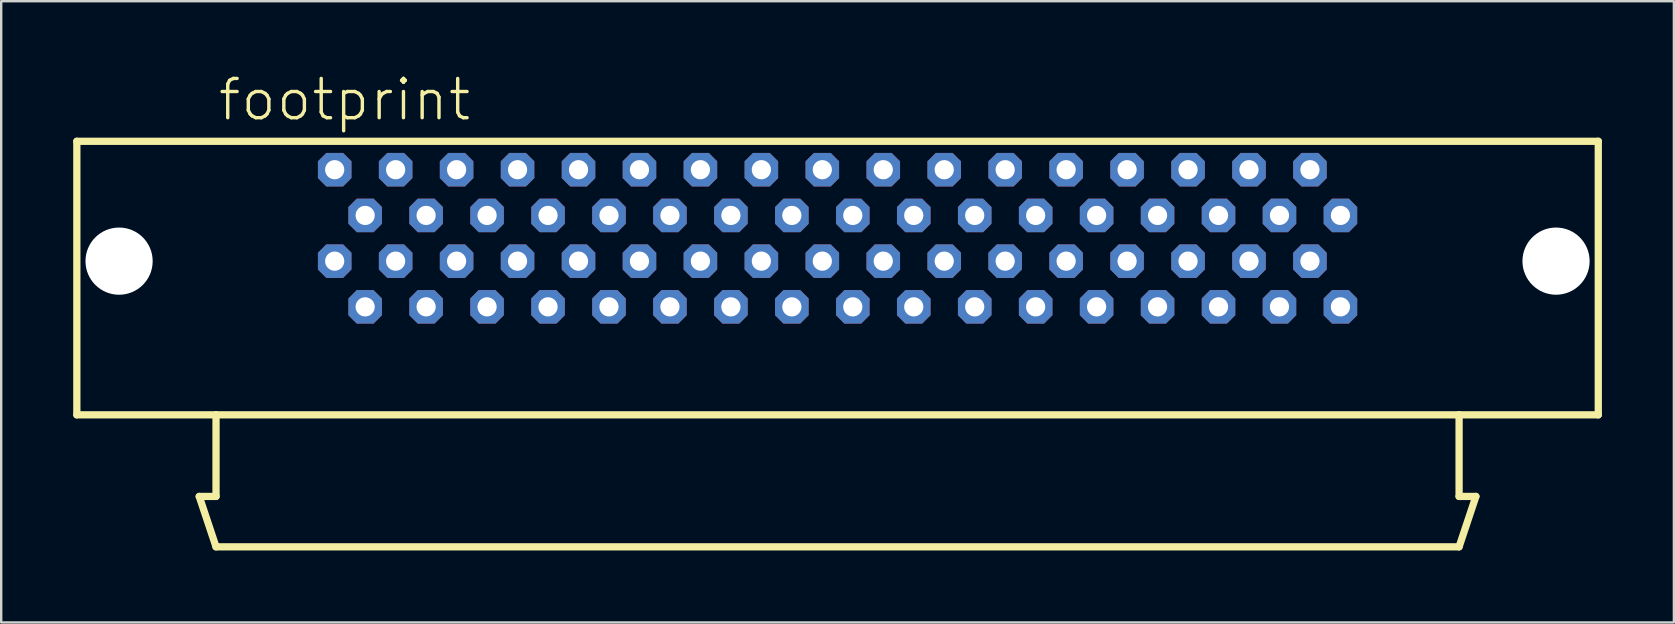
<source format=kicad_pcb>
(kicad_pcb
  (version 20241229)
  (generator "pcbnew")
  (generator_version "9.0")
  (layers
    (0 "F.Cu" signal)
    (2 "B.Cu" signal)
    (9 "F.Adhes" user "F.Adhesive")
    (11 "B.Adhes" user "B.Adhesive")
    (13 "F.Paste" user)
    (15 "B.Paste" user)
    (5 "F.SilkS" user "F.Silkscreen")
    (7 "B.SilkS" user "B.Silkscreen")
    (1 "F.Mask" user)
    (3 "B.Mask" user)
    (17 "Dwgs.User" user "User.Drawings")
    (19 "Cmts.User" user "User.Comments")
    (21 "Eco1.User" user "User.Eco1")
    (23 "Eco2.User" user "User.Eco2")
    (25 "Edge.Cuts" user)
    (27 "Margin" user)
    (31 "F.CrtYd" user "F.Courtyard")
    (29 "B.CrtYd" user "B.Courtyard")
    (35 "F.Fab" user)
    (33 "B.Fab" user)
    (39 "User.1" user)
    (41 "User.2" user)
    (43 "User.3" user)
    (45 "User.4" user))
  (footprint "footprint"
    (layer "F.Cu")
    (at 31.852 9.737)
    (property "Reference" "footprint" (at -25.895 -7.675 0) (layer "F.SilkS") (effects (font (size 1.636 1.636) (thickness 0.142)) (justify left bottom)))
    (fp_line (start -31.7 -6.9) (end 31.7 -6.9) (stroke (width 0.303) (type solid)) (layer "F.SilkS"))
    (fp_line (start -31.7 4.5) (end -31.7 -6.9) (stroke (width 0.303) (type solid)) (layer "F.SilkS"))
    (fp_line (start -26.6 7.9) (end -25.9 10) (stroke (width 0.303) (type solid)) (layer "F.SilkS"))
    (fp_line (start -25.9 4.5) (end -31.7 4.5) (stroke (width 0.303) (type solid)) (layer "F.SilkS"))
    (fp_line (start -25.9 4.5) (end -25.9 7.9) (stroke (width 0.303) (type solid)) (layer "F.SilkS"))
    (fp_line (start -25.9 7.9) (end -26.6 7.9) (stroke (width 0.303) (type solid)) (layer "F.SilkS"))
    (fp_line (start -25.9 10) (end 25.9 10) (stroke (width 0.303) (type solid)) (layer "F.SilkS"))
    (fp_line (start 25.9 4.5) (end -25.9 4.5) (stroke (width 0.303) (type solid)) (layer "F.SilkS"))
    (fp_line (start 25.9 7.9) (end 25.9 4.5) (stroke (width 0.303) (type solid)) (layer "F.SilkS"))
    (fp_line (start 25.9 10) (end 26.6 7.9) (stroke (width 0.303) (type solid)) (layer "F.SilkS"))
    (fp_line (start 26.6 7.9) (end 25.9 7.9) (stroke (width 0.303) (type solid)) (layer "F.SilkS"))
    (fp_line (start 31.7 -6.9) (end 31.7 4.5) (stroke (width 0.303) (type solid)) (layer "F.SilkS"))
    (fp_line (start 31.7 4.5) (end 25.9 4.5) (stroke (width 0.303) (type solid)) (layer "F.SilkS"))
    (pad "" np_thru_hole circle (at -29.94 -1.905) (size 2.8 2.8) (drill 2.8) (layers "*.Cu" "*.Mask"))
    (pad "" np_thru_hole circle (at 29.94 -1.905) (size 2.8 2.8) (drill 2.8) (layers "*.Cu" "*.Mask"))
    (pad "1" thru_hole roundrect (at 20.955 -3.81 180) (size 1.397 1.397) (drill 0.8) (layers "*.Cu" "*.Mask") (roundrect_rratio 0.25) (chamfer_ratio 0.25) (chamfer top_left top_right bottom_left bottom_right))
    (pad "2" thru_hole roundrect (at 19.685 -5.715 180) (size 1.397 1.397) (drill 0.8) (layers "*.Cu" "*.Mask") (roundrect_rratio 0.25) (chamfer_ratio 0.25) (chamfer top_left top_right bottom_left bottom_right))
    (pad "3" thru_hole roundrect (at 18.415 -3.81 180) (size 1.397 1.397) (drill 0.8) (layers "*.Cu" "*.Mask") (roundrect_rratio 0.25) (chamfer_ratio 0.25) (chamfer top_left top_right bottom_left bottom_right))
    (pad "4" thru_hole roundrect (at 17.145 -5.715 180) (size 1.397 1.397) (drill 0.8) (layers "*.Cu" "*.Mask") (roundrect_rratio 0.25) (chamfer_ratio 0.25) (chamfer top_left top_right bottom_left bottom_right))
    (pad "5" thru_hole roundrect (at 15.875 -3.81 180) (size 1.397 1.397) (drill 0.8) (layers "*.Cu" "*.Mask") (roundrect_rratio 0.25) (chamfer_ratio 0.25) (chamfer top_left top_right bottom_left bottom_right))
    (pad "6" thru_hole roundrect (at 14.605 -5.715 180) (size 1.397 1.397) (drill 0.8) (layers "*.Cu" "*.Mask") (roundrect_rratio 0.25) (chamfer_ratio 0.25) (chamfer top_left top_right bottom_left bottom_right))
    (pad "7" thru_hole roundrect (at 13.335 -3.81 180) (size 1.397 1.397) (drill 0.8) (layers "*.Cu" "*.Mask") (roundrect_rratio 0.25) (chamfer_ratio 0.25) (chamfer top_left top_right bottom_left bottom_right))
    (pad "8" thru_hole roundrect (at 12.065 -5.715 180) (size 1.397 1.397) (drill 0.8) (layers "*.Cu" "*.Mask") (roundrect_rratio 0.25) (chamfer_ratio 0.25) (chamfer top_left top_right bottom_left bottom_right))
    (pad "9" thru_hole roundrect (at 10.795 -3.81 180) (size 1.397 1.397) (drill 0.8) (layers "*.Cu" "*.Mask") (roundrect_rratio 0.25) (chamfer_ratio 0.25) (chamfer top_left top_right bottom_left bottom_right))
    (pad "10" thru_hole roundrect (at 9.525 -5.715 180) (size 1.397 1.397) (drill 0.8) (layers "*.Cu" "*.Mask") (roundrect_rratio 0.25) (chamfer_ratio 0.25) (chamfer top_left top_right bottom_left bottom_right))
    (pad "11" thru_hole roundrect (at 8.255 -3.81 180) (size 1.397 1.397) (drill 0.8) (layers "*.Cu" "*.Mask") (roundrect_rratio 0.25) (chamfer_ratio 0.25) (chamfer top_left top_right bottom_left bottom_right))
    (pad "12" thru_hole roundrect (at 6.985 -5.715 180) (size 1.397 1.397) (drill 0.8) (layers "*.Cu" "*.Mask") (roundrect_rratio 0.25) (chamfer_ratio 0.25) (chamfer top_left top_right bottom_left bottom_right))
    (pad "13" thru_hole roundrect (at 5.715 -3.81 180) (size 1.397 1.397) (drill 0.8) (layers "*.Cu" "*.Mask") (roundrect_rratio 0.25) (chamfer_ratio 0.25) (chamfer top_left top_right bottom_left bottom_right))
    (pad "14" thru_hole roundrect (at 4.445 -5.715 180) (size 1.397 1.397) (drill 0.8) (layers "*.Cu" "*.Mask") (roundrect_rratio 0.25) (chamfer_ratio 0.25) (chamfer top_left top_right bottom_left bottom_right))
    (pad "15" thru_hole roundrect (at 3.175 -3.81 180) (size 1.397 1.397) (drill 0.8) (layers "*.Cu" "*.Mask") (roundrect_rratio 0.25) (chamfer_ratio 0.25) (chamfer top_left top_right bottom_left bottom_right))
    (pad "16" thru_hole roundrect (at 1.905 -5.715 180) (size 1.397 1.397) (drill 0.8) (layers "*.Cu" "*.Mask") (roundrect_rratio 0.25) (chamfer_ratio 0.25) (chamfer top_left top_right bottom_left bottom_right))
    (pad "17" thru_hole roundrect (at 0.635 -3.81 180) (size 1.397 1.397) (drill 0.8) (layers "*.Cu" "*.Mask") (roundrect_rratio 0.25) (chamfer_ratio 0.25) (chamfer top_left top_right bottom_left bottom_right))
    (pad "18" thru_hole roundrect (at -0.635 -5.715 180) (size 1.397 1.397) (drill 0.8) (layers "*.Cu" "*.Mask") (roundrect_rratio 0.25) (chamfer_ratio 0.25) (chamfer top_left top_right bottom_left bottom_right))
    (pad "19" thru_hole roundrect (at -1.905 -3.81 180) (size 1.397 1.397) (drill 0.8) (layers "*.Cu" "*.Mask") (roundrect_rratio 0.25) (chamfer_ratio 0.25) (chamfer top_left top_right bottom_left bottom_right))
    (pad "20" thru_hole roundrect (at -3.175 -5.715 180) (size 1.397 1.397) (drill 0.8) (layers "*.Cu" "*.Mask") (roundrect_rratio 0.25) (chamfer_ratio 0.25) (chamfer top_left top_right bottom_left bottom_right))
    (pad "21" thru_hole roundrect (at -4.445 -3.81 180) (size 1.397 1.397) (drill 0.8) (layers "*.Cu" "*.Mask") (roundrect_rratio 0.25) (chamfer_ratio 0.25) (chamfer top_left top_right bottom_left bottom_right))
    (pad "22" thru_hole roundrect (at -5.715 -5.715 180) (size 1.397 1.397) (drill 0.8) (layers "*.Cu" "*.Mask") (roundrect_rratio 0.25) (chamfer_ratio 0.25) (chamfer top_left top_right bottom_left bottom_right))
    (pad "23" thru_hole roundrect (at -6.985 -3.81 180) (size 1.397 1.397) (drill 0.8) (layers "*.Cu" "*.Mask") (roundrect_rratio 0.25) (chamfer_ratio 0.25) (chamfer top_left top_right bottom_left bottom_right))
    (pad "24" thru_hole roundrect (at -8.255 -5.715 180) (size 1.397 1.397) (drill 0.8) (layers "*.Cu" "*.Mask") (roundrect_rratio 0.25) (chamfer_ratio 0.25) (chamfer top_left top_right bottom_left bottom_right))
    (pad "25" thru_hole roundrect (at -9.525 -3.81 180) (size 1.397 1.397) (drill 0.8) (layers "*.Cu" "*.Mask") (roundrect_rratio 0.25) (chamfer_ratio 0.25) (chamfer top_left top_right bottom_left bottom_right))
    (pad "26" thru_hole roundrect (at -10.795 -5.715 180) (size 1.397 1.397) (drill 0.8) (layers "*.Cu" "*.Mask") (roundrect_rratio 0.25) (chamfer_ratio 0.25) (chamfer top_left top_right bottom_left bottom_right))
    (pad "27" thru_hole roundrect (at -12.065 -3.81 180) (size 1.397 1.397) (drill 0.8) (layers "*.Cu" "*.Mask") (roundrect_rratio 0.25) (chamfer_ratio 0.25) (chamfer top_left top_right bottom_left bottom_right))
    (pad "28" thru_hole roundrect (at -13.335 -5.715 180) (size 1.397 1.397) (drill 0.8) (layers "*.Cu" "*.Mask") (roundrect_rratio 0.25) (chamfer_ratio 0.25) (chamfer top_left top_right bottom_left bottom_right))
    (pad "29" thru_hole roundrect (at -14.605 -3.81 180) (size 1.397 1.397) (drill 0.8) (layers "*.Cu" "*.Mask") (roundrect_rratio 0.25) (chamfer_ratio 0.25) (chamfer top_left top_right bottom_left bottom_right))
    (pad "30" thru_hole roundrect (at -15.875 -5.715 180) (size 1.397 1.397) (drill 0.8) (layers "*.Cu" "*.Mask") (roundrect_rratio 0.25) (chamfer_ratio 0.25) (chamfer top_left top_right bottom_left bottom_right))
    (pad "31" thru_hole roundrect (at -17.145 -3.81 180) (size 1.397 1.397) (drill 0.8) (layers "*.Cu" "*.Mask") (roundrect_rratio 0.25) (chamfer_ratio 0.25) (chamfer top_left top_right bottom_left bottom_right))
    (pad "32" thru_hole roundrect (at -18.415 -5.715 180) (size 1.397 1.397) (drill 0.8) (layers "*.Cu" "*.Mask") (roundrect_rratio 0.25) (chamfer_ratio 0.25) (chamfer top_left top_right bottom_left bottom_right))
    (pad "33" thru_hole roundrect (at -19.685 -3.81 180) (size 1.397 1.397) (drill 0.8) (layers "*.Cu" "*.Mask") (roundrect_rratio 0.25) (chamfer_ratio 0.25) (chamfer top_left top_right bottom_left bottom_right))
    (pad "34" thru_hole roundrect (at -20.955 -5.715 180) (size 1.397 1.397) (drill 0.8) (layers "*.Cu" "*.Mask") (roundrect_rratio 0.25) (chamfer_ratio 0.25) (chamfer top_left top_right bottom_left bottom_right))
    (pad "35" thru_hole roundrect (at 20.955 0 180) (size 1.397 1.397) (drill 0.8) (layers "*.Cu" "*.Mask") (roundrect_rratio 0.25) (chamfer_ratio 0.25) (chamfer top_left top_right bottom_left bottom_right))
    (pad "36" thru_hole roundrect (at 18.415 0 180) (size 1.397 1.397) (drill 0.8) (layers "*.Cu" "*.Mask") (roundrect_rratio 0.25) (chamfer_ratio 0.25) (chamfer top_left top_right bottom_left bottom_right))
    (pad "37" thru_hole roundrect (at 15.875 0 180) (size 1.397 1.397) (drill 0.8) (layers "*.Cu" "*.Mask") (roundrect_rratio 0.25) (chamfer_ratio 0.25) (chamfer top_left top_right bottom_left bottom_right))
    (pad "38" thru_hole roundrect (at 13.335 0 180) (size 1.397 1.397) (drill 0.8) (layers "*.Cu" "*.Mask") (roundrect_rratio 0.25) (chamfer_ratio 0.25) (chamfer top_left top_right bottom_left bottom_right))
    (pad "39" thru_hole roundrect (at 10.795 0 180) (size 1.397 1.397) (drill 0.8) (layers "*.Cu" "*.Mask") (roundrect_rratio 0.25) (chamfer_ratio 0.25) (chamfer top_left top_right bottom_left bottom_right))
    (pad "40" thru_hole roundrect (at 8.255 0 180) (size 1.397 1.397) (drill 0.8) (layers "*.Cu" "*.Mask") (roundrect_rratio 0.25) (chamfer_ratio 0.25) (chamfer top_left top_right bottom_left bottom_right))
    (pad "41" thru_hole roundrect (at 5.715 0 180) (size 1.397 1.397) (drill 0.8) (layers "*.Cu" "*.Mask") (roundrect_rratio 0.25) (chamfer_ratio 0.25) (chamfer top_left top_right bottom_left bottom_right))
    (pad "42" thru_hole roundrect (at 3.175 0 180) (size 1.397 1.397) (drill 0.8) (layers "*.Cu" "*.Mask") (roundrect_rratio 0.25) (chamfer_ratio 0.25) (chamfer top_left top_right bottom_left bottom_right))
    (pad "43" thru_hole roundrect (at 0.635 0 180) (size 1.397 1.397) (drill 0.8) (layers "*.Cu" "*.Mask") (roundrect_rratio 0.25) (chamfer_ratio 0.25) (chamfer top_left top_right bottom_left bottom_right))
    (pad "44" thru_hole roundrect (at -1.905 0 180) (size 1.397 1.397) (drill 0.8) (layers "*.Cu" "*.Mask") (roundrect_rratio 0.25) (chamfer_ratio 0.25) (chamfer top_left top_right bottom_left bottom_right))
    (pad "45" thru_hole roundrect (at -4.445 0 180) (size 1.397 1.397) (drill 0.8) (layers "*.Cu" "*.Mask") (roundrect_rratio 0.25) (chamfer_ratio 0.25) (chamfer top_left top_right bottom_left bottom_right))
    (pad "46" thru_hole roundrect (at -6.985 0 180) (size 1.397 1.397) (drill 0.8) (layers "*.Cu" "*.Mask") (roundrect_rratio 0.25) (chamfer_ratio 0.25) (chamfer top_left top_right bottom_left bottom_right))
    (pad "47" thru_hole roundrect (at -9.525 0 180) (size 1.397 1.397) (drill 0.8) (layers "*.Cu" "*.Mask") (roundrect_rratio 0.25) (chamfer_ratio 0.25) (chamfer top_left top_right bottom_left bottom_right))
    (pad "48" thru_hole roundrect (at -12.065 0 180) (size 1.397 1.397) (drill 0.8) (layers "*.Cu" "*.Mask") (roundrect_rratio 0.25) (chamfer_ratio 0.25) (chamfer top_left top_right bottom_left bottom_right))
    (pad "49" thru_hole roundrect (at -14.605 0 180) (size 1.397 1.397) (drill 0.8) (layers "*.Cu" "*.Mask") (roundrect_rratio 0.25) (chamfer_ratio 0.25) (chamfer top_left top_right bottom_left bottom_right))
    (pad "50" thru_hole roundrect (at -17.145 0 180) (size 1.397 1.397) (drill 0.8) (layers "*.Cu" "*.Mask") (roundrect_rratio 0.25) (chamfer_ratio 0.25) (chamfer top_left top_right bottom_left bottom_right))
    (pad "51" thru_hole roundrect (at -19.685 0 180) (size 1.397 1.397) (drill 0.8) (layers "*.Cu" "*.Mask") (roundrect_rratio 0.25) (chamfer_ratio 0.25) (chamfer top_left top_right bottom_left bottom_right))
    (pad "52" thru_hole roundrect (at 19.685 -1.905 180) (size 1.397 1.397) (drill 0.8) (layers "*.Cu" "*.Mask") (roundrect_rratio 0.25) (chamfer_ratio 0.25) (chamfer top_left top_right bottom_left bottom_right))
    (pad "53" thru_hole roundrect (at 17.145 -1.905 180) (size 1.397 1.397) (drill 0.8) (layers "*.Cu" "*.Mask") (roundrect_rratio 0.25) (chamfer_ratio 0.25) (chamfer top_left top_right bottom_left bottom_right))
    (pad "54" thru_hole roundrect (at 14.605 -1.905 180) (size 1.397 1.397) (drill 0.8) (layers "*.Cu" "*.Mask") (roundrect_rratio 0.25) (chamfer_ratio 0.25) (chamfer top_left top_right bottom_left bottom_right))
    (pad "55" thru_hole roundrect (at 12.065 -1.905 180) (size 1.397 1.397) (drill 0.8) (layers "*.Cu" "*.Mask") (roundrect_rratio 0.25) (chamfer_ratio 0.25) (chamfer top_left top_right bottom_left bottom_right))
    (pad "56" thru_hole roundrect (at 9.525 -1.905 180) (size 1.397 1.397) (drill 0.8) (layers "*.Cu" "*.Mask") (roundrect_rratio 0.25) (chamfer_ratio 0.25) (chamfer top_left top_right bottom_left bottom_right))
    (pad "57" thru_hole roundrect (at 6.985 -1.905 180) (size 1.397 1.397) (drill 0.8) (layers "*.Cu" "*.Mask") (roundrect_rratio 0.25) (chamfer_ratio 0.25) (chamfer top_left top_right bottom_left bottom_right))
    (pad "58" thru_hole roundrect (at 4.445 -1.905 180) (size 1.397 1.397) (drill 0.8) (layers "*.Cu" "*.Mask") (roundrect_rratio 0.25) (chamfer_ratio 0.25) (chamfer top_left top_right bottom_left bottom_right))
    (pad "59" thru_hole roundrect (at 1.905 -1.905 180) (size 1.397 1.397) (drill 0.8) (layers "*.Cu" "*.Mask") (roundrect_rratio 0.25) (chamfer_ratio 0.25) (chamfer top_left top_right bottom_left bottom_right))
    (pad "60" thru_hole roundrect (at -0.635 -1.905 180) (size 1.397 1.397) (drill 0.8) (layers "*.Cu" "*.Mask") (roundrect_rratio 0.25) (chamfer_ratio 0.25) (chamfer top_left top_right bottom_left bottom_right))
    (pad "61" thru_hole roundrect (at -3.175 -1.905 180) (size 1.397 1.397) (drill 0.8) (layers "*.Cu" "*.Mask") (roundrect_rratio 0.25) (chamfer_ratio 0.25) (chamfer top_left top_right bottom_left bottom_right))
    (pad "62" thru_hole roundrect (at -5.715 -1.905 180) (size 1.397 1.397) (drill 0.8) (layers "*.Cu" "*.Mask") (roundrect_rratio 0.25) (chamfer_ratio 0.25) (chamfer top_left top_right bottom_left bottom_right))
    (pad "63" thru_hole roundrect (at -8.255 -1.905 180) (size 1.397 1.397) (drill 0.8) (layers "*.Cu" "*.Mask") (roundrect_rratio 0.25) (chamfer_ratio 0.25) (chamfer top_left top_right bottom_left bottom_right))
    (pad "64" thru_hole roundrect (at -10.795 -1.905 180) (size 1.397 1.397) (drill 0.8) (layers "*.Cu" "*.Mask") (roundrect_rratio 0.25) (chamfer_ratio 0.25) (chamfer top_left top_right bottom_left bottom_right))
    (pad "65" thru_hole roundrect (at -13.335 -1.905 180) (size 1.397 1.397) (drill 0.8) (layers "*.Cu" "*.Mask") (roundrect_rratio 0.25) (chamfer_ratio 0.25) (chamfer top_left top_right bottom_left bottom_right))
    (pad "66" thru_hole roundrect (at -15.875 -1.905 180) (size 1.397 1.397) (drill 0.8) (layers "*.Cu" "*.Mask") (roundrect_rratio 0.25) (chamfer_ratio 0.25) (chamfer top_left top_right bottom_left bottom_right))
    (pad "67" thru_hole roundrect (at -18.415 -1.905 180) (size 1.397 1.397) (drill 0.8) (layers "*.Cu" "*.Mask") (roundrect_rratio 0.25) (chamfer_ratio 0.25) (chamfer top_left top_right bottom_left bottom_right))
    (pad "68" thru_hole roundrect (at -20.955 -1.905 180) (size 1.397 1.397) (drill 0.8) (layers "*.Cu" "*.Mask") (roundrect_rratio 0.25) (chamfer_ratio 0.25) (chamfer top_left top_right bottom_left bottom_right)))
  (gr_rect
    (start -3 -3)
    (end 66.703 22.889)
    (stroke (width 0.1) (type default))
    (fill no)
    (layer "Edge.Cuts")))
</source>
